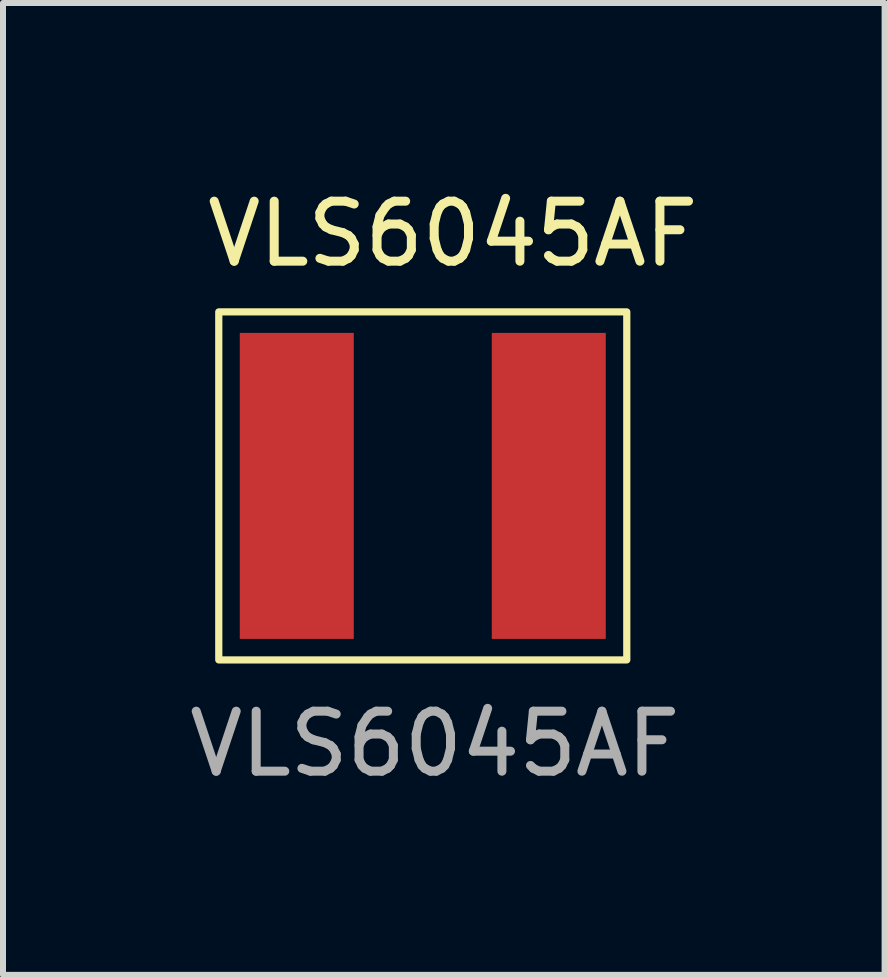
<source format=kicad_pcb>
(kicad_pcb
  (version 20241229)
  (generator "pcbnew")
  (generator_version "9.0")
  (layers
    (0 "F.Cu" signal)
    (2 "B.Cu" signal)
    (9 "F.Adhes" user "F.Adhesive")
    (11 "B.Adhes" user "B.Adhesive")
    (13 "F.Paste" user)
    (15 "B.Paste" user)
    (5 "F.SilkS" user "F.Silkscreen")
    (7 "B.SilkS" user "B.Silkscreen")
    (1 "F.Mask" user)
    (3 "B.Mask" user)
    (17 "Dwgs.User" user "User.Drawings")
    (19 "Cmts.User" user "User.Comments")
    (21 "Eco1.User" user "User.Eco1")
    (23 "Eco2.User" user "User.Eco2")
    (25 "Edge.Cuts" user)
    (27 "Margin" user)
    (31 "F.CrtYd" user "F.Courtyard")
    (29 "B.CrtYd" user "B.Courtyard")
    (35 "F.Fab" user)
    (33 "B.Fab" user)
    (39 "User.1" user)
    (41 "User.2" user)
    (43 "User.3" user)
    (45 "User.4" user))
  (footprint "VLS6045AF"
    (layer "F.Cu")
    (at 1.896 5.048)
    (property "Reference" "VLS6045AF" (at 2.6 -4.2 0) (unlocked yes) (layer "F.SilkS") (effects (font (size 1 1) (thickness 0.15))))
    (fp_rect (start -1.3 -2.9) (end 5.5 2.9) (stroke (width 0.12) (type solid)) (fill no) (layer "F.SilkS"))
    (fp_text user "${REFERENCE}" (at 2.3 4.3 0) (unlocked yes) (layer "F.Fab") (effects (font (size 1 1) (thickness 0.15))))
    (pad "1" smd rect (at 0 0) (size 1.9 5.1) (layers "F.Cu" "F.Mask" "F.Paste"))
    (pad "2" smd rect (at 4.2 0) (size 1.9 5.1) (layers "F.Cu" "F.Mask" "F.Paste")))
  (gr_rect
    (start -3 -3)
    (end 11.693 13.197)
    (stroke (width 0.1) (type default))
    (fill no)
    (layer "Edge.Cuts")))
</source>
